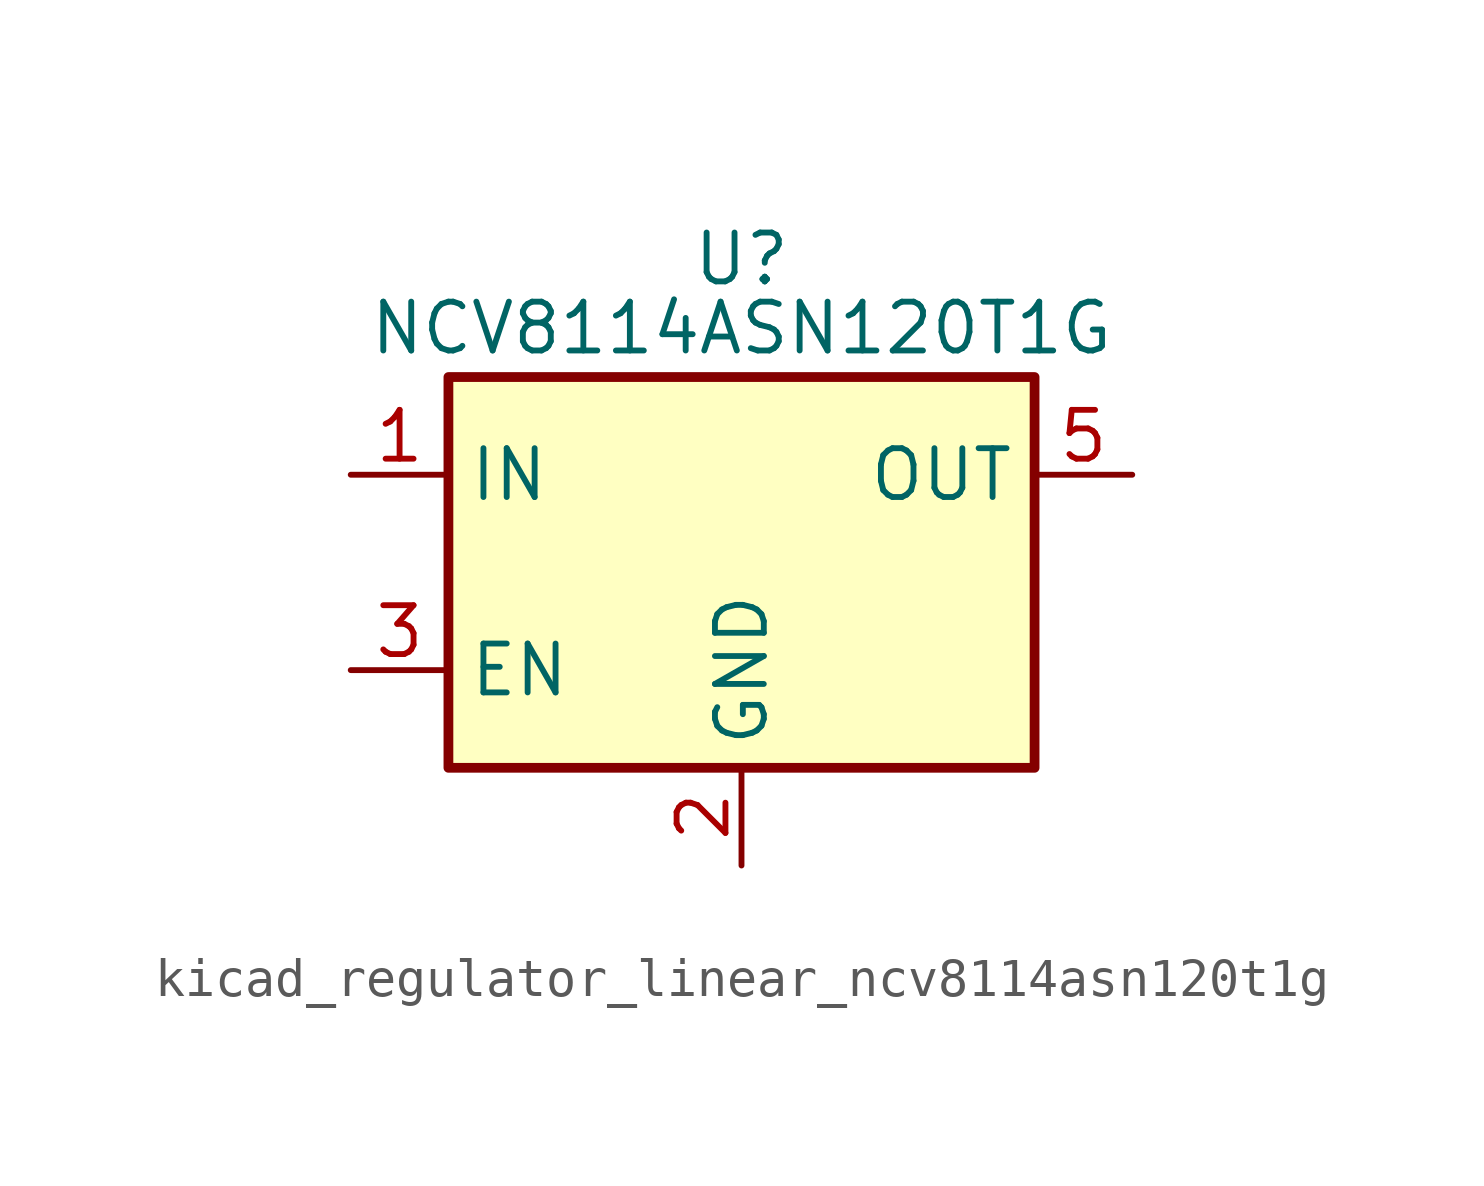
<source format=kicad_sym>
(kicad_symbol_lib
  (version 20220914)
  (generator kicad_symbol_editor)
  (symbol "kicad_regulator_linear_ncv8114asn120t1g"
    (property "Reference" "U"
      (at 0 8.89 0)
      (effects (font (size 1.27 1.27)) (justify top)))
    (property "Value" "NCV8114ASN120T1G"
      (at 0 6.35 0)
      (effects (font (size 1.27 1.27))))
    (symbol "kicad_regulator_linear_ncv8114asn120t1g_0_1"
      (rectangle (start -7.62 5.08) (end 7.62 -5.08) (stroke (width 0.254) (type default)) (fill (type background))))
    (symbol "kicad_regulator_linear_ncv8114asn120t1g_1_1"
      (pin power_in line (at -10.16 2.54 0) (length 2.54) (name "IN" (effects (font (size 1.27 1.27)))) (number "1" (effects (font (size 1.27 1.27)))))
      (pin power_in line (at 0 -7.62 90) (length 2.54) (name "GND" (effects (font (size 1.27 1.27)))) (number "2" (effects (font (size 1.27 1.27)))))
      (pin input line (at -10.16 -2.54 0) (length 2.54) (name "EN" (effects (font (size 1.27 1.27)))) (number "3" (effects (font (size 1.27 1.27)))))
      (pin no_connect line (at 7.62 -2.54 180) (length 2.54) hide (name "NC" (effects (font (size 1.27 1.27)))) (number "4" (effects (font (size 1.27 1.27)))))
      (pin power_out line (at 10.16 2.54 180) (length 2.54) (name "OUT" (effects (font (size 1.27 1.27)))) (number "5" (effects (font (size 1.27 1.27))))))))
</source>
